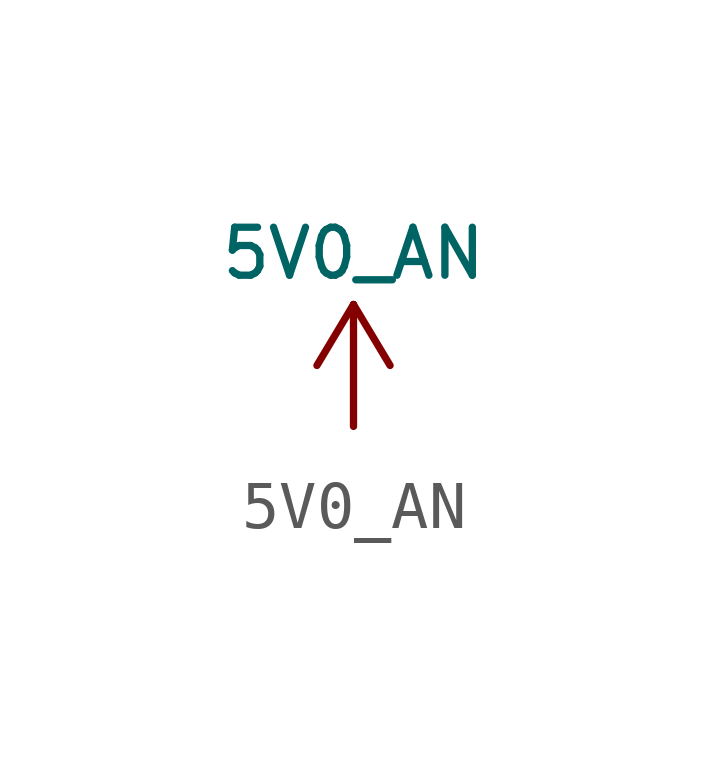
<source format=kicad_sym>
(kicad_symbol_lib
  (version 20241209)
  (generator "kicad_symbol_editor")
  (generator_version "9.0")
  (symbol "5V0_AN"
    (power)
    (pin_names
      (offset 0))
    (property "Reference" "#PWR?"
      (at 0 -3.81 0)
      (effects (font (size 1.27 1.27)) (hide yes)))
    (property "Value" "5V0_AN"
      (at 0 3.605 0)
      (effects (font (size 1 1))))
    (symbol "5V0_AN_0_1"
      (polyline (pts (xy -0.762 1.27) (xy 0 2.54)) (stroke (width 0) (type default)) (fill (type none)))
      (polyline (pts (xy 0 2.54) (xy 0.762 1.27)) (stroke (width 0) (type default)) (fill (type none)))
      (polyline (pts (xy 0 0) (xy 0 2.54)) (stroke (width 0) (type default)) (fill (type none))))
    (symbol "5V0_AN_1_1"
      (pin power_in line (at 0 0 90) (length 0) (hide yes) (name "5V0_AN" (effects (font (size 1.27 1.27)))) (number "1" (effects (font (size 1.27 1.27))))))))
</source>
